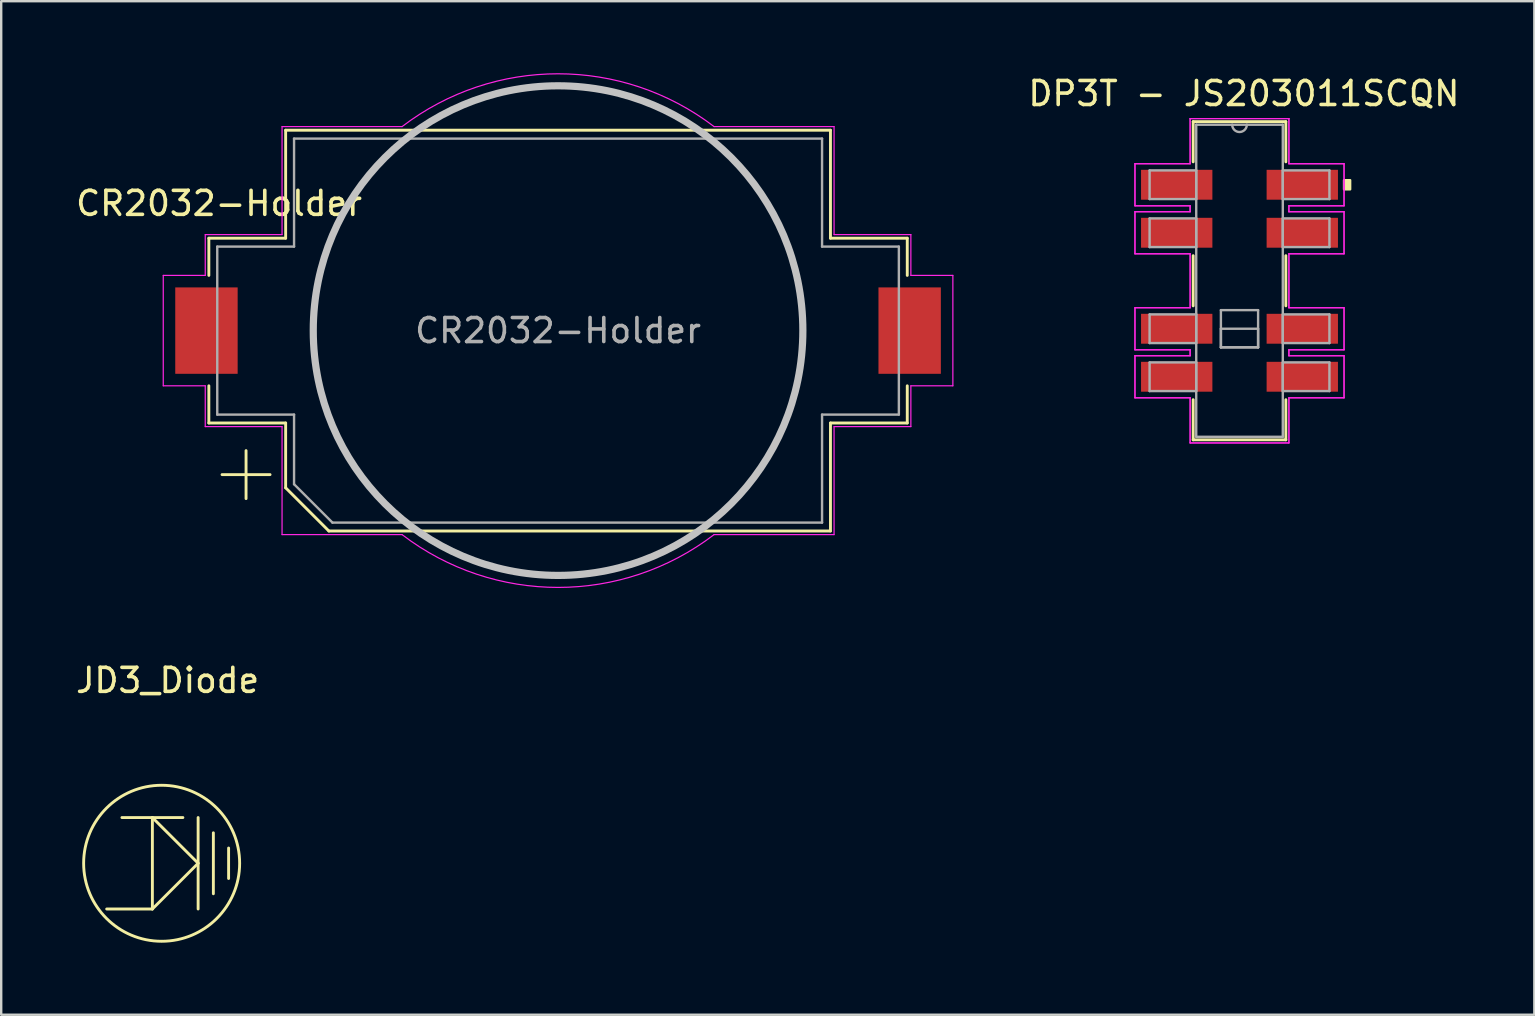
<source format=kicad_pcb>
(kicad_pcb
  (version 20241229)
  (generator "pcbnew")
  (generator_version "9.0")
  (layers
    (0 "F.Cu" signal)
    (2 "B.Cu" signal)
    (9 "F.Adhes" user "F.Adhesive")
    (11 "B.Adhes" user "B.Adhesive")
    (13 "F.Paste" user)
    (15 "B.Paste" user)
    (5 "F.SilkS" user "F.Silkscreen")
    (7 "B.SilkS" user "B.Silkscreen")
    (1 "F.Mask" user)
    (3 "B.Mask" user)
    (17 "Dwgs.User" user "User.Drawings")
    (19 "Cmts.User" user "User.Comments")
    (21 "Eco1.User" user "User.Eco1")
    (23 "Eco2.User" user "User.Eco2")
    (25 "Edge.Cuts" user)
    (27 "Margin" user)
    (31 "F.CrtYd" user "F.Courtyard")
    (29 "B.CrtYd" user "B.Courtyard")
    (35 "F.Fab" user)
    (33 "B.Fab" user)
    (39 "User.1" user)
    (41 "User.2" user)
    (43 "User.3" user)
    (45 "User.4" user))
  (footprint "DP3T - JS203011SCQN"
    (layer "F.Cu")
    (at 45.979 4.648)
    (property "Reference" "DP3T - JS203011SCQN" (at 2.8 -3.8 0) (layer "F.SilkS") (effects (font (size 1 1) (thickness 0.15))))
    (attr through_hole)
    (fp_line (start 0.686 -2.629) (end 0.686 -0.955) (stroke (width 0.12) (type solid)) (layer "F.SilkS"))
    (fp_line (start 0.686 2.955) (end 0.686 5.045) (stroke (width 0.12) (type solid)) (layer "F.SilkS"))
    (fp_line (start 0.686 8.955) (end 0.686 10.629) (stroke (width 0.12) (type solid)) (layer "F.SilkS"))
    (fp_line (start 0.686 10.629) (end 4.547 10.629) (stroke (width 0.12) (type solid)) (layer "F.SilkS"))
    (fp_line (start 4.547 -2.629) (end 0.686 -2.629) (stroke (width 0.12) (type solid)) (layer "F.SilkS"))
    (fp_line (start 4.547 -0.955) (end 4.547 -2.629) (stroke (width 0.12) (type solid)) (layer "F.SilkS"))
    (fp_line (start 4.547 5.045) (end 4.547 2.955) (stroke (width 0.12) (type solid)) (layer "F.SilkS"))
    (fp_line (start 4.547 10.629) (end 4.547 8.955) (stroke (width 0.12) (type solid)) (layer "F.SilkS"))
    (fp_poly (pts (xy 7.226 -0.191) (xy 7.226 0.191) (xy 6.972 0.191) (xy 6.972 -0.191)) (stroke (width 0.1) (type solid)) (fill yes) (layer "F.SilkS"))
    (fp_line (start -1.74 -0.876) (end -1.74 0.876) (stroke (width 0.05) (type solid)) (layer "F.CrtYd"))
    (fp_line (start -1.74 -0.876) (end -1.74 0.876) (stroke (width 0.05) (type solid)) (layer "F.CrtYd"))
    (fp_line (start -1.74 0.876) (end 0.559 0.876) (stroke (width 0.05) (type solid)) (layer "F.CrtYd"))
    (fp_line (start -1.74 0.876) (end 0.559 0.876) (stroke (width 0.05) (type solid)) (layer "F.CrtYd"))
    (fp_line (start -1.74 1.124) (end -1.74 2.876) (stroke (width 0.05) (type solid)) (layer "F.CrtYd"))
    (fp_line (start -1.74 1.124) (end -1.74 2.876) (stroke (width 0.05) (type solid)) (layer "F.CrtYd"))
    (fp_line (start -1.74 2.876) (end 0.559 2.876) (stroke (width 0.05) (type solid)) (layer "F.CrtYd"))
    (fp_line (start -1.74 2.876) (end 0.559 2.876) (stroke (width 0.05) (type solid)) (layer "F.CrtYd"))
    (fp_line (start -1.74 5.124) (end -1.74 6.876) (stroke (width 0.05) (type solid)) (layer "F.CrtYd"))
    (fp_line (start -1.74 5.124) (end -1.74 6.876) (stroke (width 0.05) (type solid)) (layer "F.CrtYd"))
    (fp_line (start -1.74 6.876) (end 0.559 6.876) (stroke (width 0.05) (type solid)) (layer "F.CrtYd"))
    (fp_line (start -1.74 6.876) (end 0.559 6.876) (stroke (width 0.05) (type solid)) (layer "F.CrtYd"))
    (fp_line (start -1.74 7.124) (end -1.74 8.876) (stroke (width 0.05) (type solid)) (layer "F.CrtYd"))
    (fp_line (start -1.74 7.124) (end -1.74 8.876) (stroke (width 0.05) (type solid)) (layer "F.CrtYd"))
    (fp_line (start -1.74 8.876) (end 0.559 8.876) (stroke (width 0.05) (type solid)) (layer "F.CrtYd"))
    (fp_line (start -1.74 8.876) (end 0.559 8.876) (stroke (width 0.05) (type solid)) (layer "F.CrtYd"))
    (fp_line (start 0.559 -2.756) (end 0.559 -0.876) (stroke (width 0.05) (type solid)) (layer "F.CrtYd"))
    (fp_line (start 0.559 -2.756) (end 0.559 -0.876) (stroke (width 0.05) (type solid)) (layer "F.CrtYd"))
    (fp_line (start 0.559 -0.876) (end -1.74 -0.876) (stroke (width 0.05) (type solid)) (layer "F.CrtYd"))
    (fp_line (start 0.559 -0.876) (end -1.74 -0.876) (stroke (width 0.05) (type solid)) (layer "F.CrtYd"))
    (fp_line (start 0.559 0.876) (end 0.559 1.124) (stroke (width 0.05) (type solid)) (layer "F.CrtYd"))
    (fp_line (start 0.559 0.876) (end 0.559 1.124) (stroke (width 0.05) (type solid)) (layer "F.CrtYd"))
    (fp_line (start 0.559 1.124) (end -1.74 1.124) (stroke (width 0.05) (type solid)) (layer "F.CrtYd"))
    (fp_line (start 0.559 1.124) (end -1.74 1.124) (stroke (width 0.05) (type solid)) (layer "F.CrtYd"))
    (fp_line (start 0.559 2.876) (end 0.559 5.124) (stroke (width 0.05) (type solid)) (layer "F.CrtYd"))
    (fp_line (start 0.559 2.876) (end 0.559 5.124) (stroke (width 0.05) (type solid)) (layer "F.CrtYd"))
    (fp_line (start 0.559 5.124) (end -1.74 5.124) (stroke (width 0.05) (type solid)) (layer "F.CrtYd"))
    (fp_line (start 0.559 5.124) (end -1.74 5.124) (stroke (width 0.05) (type solid)) (layer "F.CrtYd"))
    (fp_line (start 0.559 6.876) (end 0.559 7.124) (stroke (width 0.05) (type solid)) (layer "F.CrtYd"))
    (fp_line (start 0.559 6.876) (end 0.559 7.124) (stroke (width 0.05) (type solid)) (layer "F.CrtYd"))
    (fp_line (start 0.559 7.124) (end -1.74 7.124) (stroke (width 0.05) (type solid)) (layer "F.CrtYd"))
    (fp_line (start 0.559 7.124) (end -1.74 7.124) (stroke (width 0.05) (type solid)) (layer "F.CrtYd"))
    (fp_line (start 0.559 8.876) (end 0.559 10.756) (stroke (width 0.05) (type solid)) (layer "F.CrtYd"))
    (fp_line (start 0.559 8.876) (end 0.559 10.756) (stroke (width 0.05) (type solid)) (layer "F.CrtYd"))
    (fp_line (start 0.559 10.756) (end 4.674 10.756) (stroke (width 0.05) (type solid)) (layer "F.CrtYd"))
    (fp_line (start 0.559 10.756) (end 4.674 10.756) (stroke (width 0.05) (type solid)) (layer "F.CrtYd"))
    (fp_line (start 4.674 -2.756) (end 0.559 -2.756) (stroke (width 0.05) (type solid)) (layer "F.CrtYd"))
    (fp_line (start 4.674 -2.756) (end 0.559 -2.756) (stroke (width 0.05) (type solid)) (layer "F.CrtYd"))
    (fp_line (start 4.674 -0.876) (end 4.674 -2.756) (stroke (width 0.05) (type solid)) (layer "F.CrtYd"))
    (fp_line (start 4.674 -0.876) (end 4.674 -2.756) (stroke (width 0.05) (type solid)) (layer "F.CrtYd"))
    (fp_line (start 4.674 0.876) (end 6.972 0.876) (stroke (width 0.05) (type solid)) (layer "F.CrtYd"))
    (fp_line (start 4.674 0.876) (end 6.972 0.876) (stroke (width 0.05) (type solid)) (layer "F.CrtYd"))
    (fp_line (start 4.674 1.124) (end 4.674 0.876) (stroke (width 0.05) (type solid)) (layer "F.CrtYd"))
    (fp_line (start 4.674 1.124) (end 4.674 0.876) (stroke (width 0.05) (type solid)) (layer "F.CrtYd"))
    (fp_line (start 4.674 2.876) (end 6.972 2.876) (stroke (width 0.05) (type solid)) (layer "F.CrtYd"))
    (fp_line (start 4.674 2.876) (end 6.972 2.876) (stroke (width 0.05) (type solid)) (layer "F.CrtYd"))
    (fp_line (start 4.674 5.124) (end 4.674 2.876) (stroke (width 0.05) (type solid)) (layer "F.CrtYd"))
    (fp_line (start 4.674 5.124) (end 4.674 2.876) (stroke (width 0.05) (type solid)) (layer "F.CrtYd"))
    (fp_line (start 4.674 6.876) (end 6.972 6.876) (stroke (width 0.05) (type solid)) (layer "F.CrtYd"))
    (fp_line (start 4.674 6.876) (end 6.972 6.876) (stroke (width 0.05) (type solid)) (layer "F.CrtYd"))
    (fp_line (start 4.674 7.124) (end 4.674 6.876) (stroke (width 0.05) (type solid)) (layer "F.CrtYd"))
    (fp_line (start 4.674 7.124) (end 4.674 6.876) (stroke (width 0.05) (type solid)) (layer "F.CrtYd"))
    (fp_line (start 4.674 8.876) (end 6.972 8.876) (stroke (width 0.05) (type solid)) (layer "F.CrtYd"))
    (fp_line (start 4.674 8.876) (end 6.972 8.876) (stroke (width 0.05) (type solid)) (layer "F.CrtYd"))
    (fp_line (start 4.674 10.756) (end 4.674 8.876) (stroke (width 0.05) (type solid)) (layer "F.CrtYd"))
    (fp_line (start 4.674 10.756) (end 4.674 8.876) (stroke (width 0.05) (type solid)) (layer "F.CrtYd"))
    (fp_line (start 6.972 -0.876) (end 4.674 -0.876) (stroke (width 0.05) (type solid)) (layer "F.CrtYd"))
    (fp_line (start 6.972 -0.876) (end 4.674 -0.876) (stroke (width 0.05) (type solid)) (layer "F.CrtYd"))
    (fp_line (start 6.972 0.876) (end 6.972 -0.876) (stroke (width 0.05) (type solid)) (layer "F.CrtYd"))
    (fp_line (start 6.972 0.876) (end 6.972 -0.876) (stroke (width 0.05) (type solid)) (layer "F.CrtYd"))
    (fp_line (start 6.972 1.124) (end 4.674 1.124) (stroke (width 0.05) (type solid)) (layer "F.CrtYd"))
    (fp_line (start 6.972 1.124) (end 4.674 1.124) (stroke (width 0.05) (type solid)) (layer "F.CrtYd"))
    (fp_line (start 6.972 2.876) (end 6.972 1.124) (stroke (width 0.05) (type solid)) (layer "F.CrtYd"))
    (fp_line (start 6.972 2.876) (end 6.972 1.124) (stroke (width 0.05) (type solid)) (layer "F.CrtYd"))
    (fp_line (start 6.972 5.124) (end 4.674 5.124) (stroke (width 0.05) (type solid)) (layer "F.CrtYd"))
    (fp_line (start 6.972 5.124) (end 4.674 5.124) (stroke (width 0.05) (type solid)) (layer "F.CrtYd"))
    (fp_line (start 6.972 6.876) (end 6.972 5.124) (stroke (width 0.05) (type solid)) (layer "F.CrtYd"))
    (fp_line (start 6.972 6.876) (end 6.972 5.124) (stroke (width 0.05) (type solid)) (layer "F.CrtYd"))
    (fp_line (start 6.972 7.124) (end 4.674 7.124) (stroke (width 0.05) (type solid)) (layer "F.CrtYd"))
    (fp_line (start 6.972 7.124) (end 4.674 7.124) (stroke (width 0.05) (type solid)) (layer "F.CrtYd"))
    (fp_line (start 6.972 8.876) (end 6.972 7.124) (stroke (width 0.05) (type solid)) (layer "F.CrtYd"))
    (fp_line (start 6.972 8.876) (end 6.972 7.124) (stroke (width 0.05) (type solid)) (layer "F.CrtYd"))
    (fp_line (start -1.13 -0.597) (end -1.13 0.597) (stroke (width 0.1) (type solid)) (layer "F.Fab"))
    (fp_line (start -1.13 0.597) (end 0.813 0.597) (stroke (width 0.1) (type solid)) (layer "F.Fab"))
    (fp_line (start -1.13 1.403) (end -1.13 2.597) (stroke (width 0.1) (type solid)) (layer "F.Fab"))
    (fp_line (start -1.13 2.597) (end 0.813 2.597) (stroke (width 0.1) (type solid)) (layer "F.Fab"))
    (fp_line (start -1.13 5.403) (end -1.13 6.597) (stroke (width 0.1) (type solid)) (layer "F.Fab"))
    (fp_line (start -1.13 6.597) (end 0.813 6.597) (stroke (width 0.1) (type solid)) (layer "F.Fab"))
    (fp_line (start -1.13 7.403) (end -1.13 8.597) (stroke (width 0.1) (type solid)) (layer "F.Fab"))
    (fp_line (start -1.13 8.597) (end 0.813 8.597) (stroke (width 0.1) (type solid)) (layer "F.Fab"))
    (fp_line (start 0.813 -2.502) (end 0.813 10.502) (stroke (width 0.1) (type solid)) (layer "F.Fab"))
    (fp_line (start 0.813 -0.597) (end -1.13 -0.597) (stroke (width 0.1) (type solid)) (layer "F.Fab"))
    (fp_line (start 0.813 0.597) (end 0.813 -0.597) (stroke (width 0.1) (type solid)) (layer "F.Fab"))
    (fp_line (start 0.813 1.403) (end -1.13 1.403) (stroke (width 0.1) (type solid)) (layer "F.Fab"))
    (fp_line (start 0.813 2.597) (end 0.813 1.403) (stroke (width 0.1) (type solid)) (layer "F.Fab"))
    (fp_line (start 0.813 5.403) (end -1.13 5.403) (stroke (width 0.1) (type solid)) (layer "F.Fab"))
    (fp_line (start 0.813 6.597) (end 0.813 5.403) (stroke (width 0.1) (type solid)) (layer "F.Fab"))
    (fp_line (start 0.813 7.403) (end -1.13 7.403) (stroke (width 0.1) (type solid)) (layer "F.Fab"))
    (fp_line (start 0.813 8.597) (end 0.813 7.403) (stroke (width 0.1) (type solid)) (layer "F.Fab"))
    (fp_line (start 0.813 10.502) (end 4.42 10.502) (stroke (width 0.1) (type solid)) (layer "F.Fab"))
    (fp_line (start 1.841 5.225) (end 3.391 5.225) (stroke (width 0.1) (type solid)) (layer "F.Fab"))
    (fp_line (start 1.841 6) (end 3.391 6) (stroke (width 0.1) (type solid)) (layer "F.Fab"))
    (fp_line (start 1.841 6.775) (end 1.841 5.225) (stroke (width 0.1) (type solid)) (layer "F.Fab"))
    (fp_line (start 1.841 6.775) (end 1.841 6) (stroke (width 0.1) (type solid)) (layer "F.Fab"))
    (fp_line (start 3.391 5.225) (end 3.391 6.775) (stroke (width 0.1) (type solid)) (layer "F.Fab"))
    (fp_line (start 3.391 6) (end 3.391 6.775) (stroke (width 0.1) (type solid)) (layer "F.Fab"))
    (fp_line (start 3.391 6.775) (end 1.841 6.775) (stroke (width 0.1) (type solid)) (layer "F.Fab"))
    (fp_line (start 3.391 6.775) (end 1.841 6.775) (stroke (width 0.1) (type solid)) (layer "F.Fab"))
    (fp_line (start 4.42 -2.502) (end 0.813 -2.502) (stroke (width 0.1) (type solid)) (layer "F.Fab"))
    (fp_line (start 4.42 -0.597) (end 4.42 0.597) (stroke (width 0.1) (type solid)) (layer "F.Fab"))
    (fp_line (start 4.42 0.597) (end 6.363 0.597) (stroke (width 0.1) (type solid)) (layer "F.Fab"))
    (fp_line (start 4.42 1.403) (end 4.42 2.597) (stroke (width 0.1) (type solid)) (layer "F.Fab"))
    (fp_line (start 4.42 2.597) (end 6.363 2.597) (stroke (width 0.1) (type solid)) (layer "F.Fab"))
    (fp_line (start 4.42 5.403) (end 4.42 6.597) (stroke (width 0.1) (type solid)) (layer "F.Fab"))
    (fp_line (start 4.42 6.597) (end 6.363 6.597) (stroke (width 0.1) (type solid)) (layer "F.Fab"))
    (fp_line (start 4.42 7.403) (end 4.42 8.597) (stroke (width 0.1) (type solid)) (layer "F.Fab"))
    (fp_line (start 4.42 8.597) (end 6.363 8.597) (stroke (width 0.1) (type solid)) (layer "F.Fab"))
    (fp_line (start 4.42 10.502) (end 4.42 -2.502) (stroke (width 0.1) (type solid)) (layer "F.Fab"))
    (fp_line (start 6.363 -0.597) (end 4.42 -0.597) (stroke (width 0.1) (type solid)) (layer "F.Fab"))
    (fp_line (start 6.363 0.597) (end 6.363 -0.597) (stroke (width 0.1) (type solid)) (layer "F.Fab"))
    (fp_line (start 6.363 1.403) (end 4.42 1.403) (stroke (width 0.1) (type solid)) (layer "F.Fab"))
    (fp_line (start 6.363 2.597) (end 6.363 1.403) (stroke (width 0.1) (type solid)) (layer "F.Fab"))
    (fp_line (start 6.363 5.403) (end 4.42 5.403) (stroke (width 0.1) (type solid)) (layer "F.Fab"))
    (fp_line (start 6.363 6.597) (end 6.363 5.403) (stroke (width 0.1) (type solid)) (layer "F.Fab"))
    (fp_line (start 6.363 7.403) (end 4.42 7.403) (stroke (width 0.1) (type solid)) (layer "F.Fab"))
    (fp_line (start 6.363 8.597) (end 6.363 7.403) (stroke (width 0.1) (type solid)) (layer "F.Fab"))
    (fp_arc (start 2.921 -2.5024) (mid 2.6162 -2.1976) (end 2.3114 -2.5024) (stroke (width 0.1) (type solid)) (layer "F.Fab"))
    (pad "1" smd rect (at 0 0) (size 2.972 1.245) (layers "F.Cu" "F.Mask" "F.Paste"))
    (pad "2" smd rect (at 0 2) (size 2.972 1.245) (layers "F.Cu" "F.Mask" "F.Paste"))
    (pad "3" smd rect (at 0 6) (size 2.972 1.245) (layers "F.Cu" "F.Mask" "F.Paste"))
    (pad "4" smd rect (at 0 8) (size 2.972 1.245) (layers "F.Cu" "F.Mask" "F.Paste"))
    (pad "5" smd rect (at 5.232 0) (size 2.972 1.245) (layers "F.Cu" "F.Mask" "F.Paste"))
    (pad "6" smd rect (at 5.232 2) (size 2.972 1.245) (layers "F.Cu" "F.Mask" "F.Paste"))
    (pad "7" smd rect (at 5.232 6) (size 2.972 1.245) (layers "F.Cu" "F.Mask" "F.Paste"))
    (pad "8" smd rect (at 5.232 8) (size 2.972 1.245) (layers "F.Cu" "F.Mask" "F.Paste")))
  (footprint "JD3_Diode"
    (layer "F.Cu")
    (at 3.935 32.919)
    (property "Reference" "JD3_Diode" (at 0 -7.62 0) (unlocked yes) (layer "F.SilkS") (effects (font (size 1 1) (thickness 0.15))))
    (attr exclude_from_bom)
    (fp_line (start -0.636 -1.905) (end -0.636 1.905) (stroke (width 0.12) (type solid)) (layer "F.SilkS"))
    (fp_line (start -0.636 -1.905) (end 1.27 0) (stroke (width 0.12) (type solid)) (layer "F.SilkS"))
    (fp_line (start -0.635 1.905) (end -2.54 1.905) (stroke (width 0.12) (type solid)) (layer "F.SilkS"))
    (fp_line (start 0.635 -1.905) (end -1.905 -1.905) (stroke (width 0.12) (type solid)) (layer "F.SilkS"))
    (fp_line (start 1.27 -1.905) (end 1.27 1.905) (stroke (width 0.12) (type solid)) (layer "F.SilkS"))
    (fp_line (start 1.27 0) (end -0.636 1.905) (stroke (width 0.12) (type solid)) (layer "F.SilkS"))
    (fp_line (start 1.905 -1.27) (end 1.905 1.27) (stroke (width 0.12) (type solid)) (layer "F.SilkS"))
    (fp_line (start 2.54 -0.635) (end 2.54 0.635) (stroke (width 0.12) (type solid)) (layer "F.SilkS"))
    (fp_circle (center -0.25 0) (end 2.75 1.25) (stroke (width 0.12) (type solid)) (fill no) (layer "F.SilkS")))
  (footprint "CR2032-Holder"
    (layer "F.Cu")
    (at 20.202 10.725)
    (property "Reference" "CR2032-Holder" (at -14.125 -5.3 0) (layer "F.SilkS") (effects (font (size 1 1) (thickness 0.15))))
    (attr smd)
    (fp_line (start -14.55 -3.85) (end -14.55 -2.3) (stroke (width 0.12) (type solid)) (layer "F.SilkS"))
    (fp_line (start -14.55 3.85) (end -14.55 2.3) (stroke (width 0.12) (type solid)) (layer "F.SilkS"))
    (fp_line (start -13 5) (end -13 7) (stroke (width 0.12) (type solid)) (layer "F.SilkS"))
    (fp_line (start -12 6) (end -14 6) (stroke (width 0.12) (type solid)) (layer "F.SilkS"))
    (fp_line (start -11.35 -8.35) (end -11.35 -3.85) (stroke (width 0.12) (type solid)) (layer "F.SilkS"))
    (fp_line (start -11.35 -8.35) (end 11.35 -8.35) (stroke (width 0.12) (type solid)) (layer "F.SilkS"))
    (fp_line (start -11.35 -3.85) (end -14.55 -3.85) (stroke (width 0.12) (type solid)) (layer "F.SilkS"))
    (fp_line (start -11.35 3.85) (end -14.55 3.85) (stroke (width 0.12) (type solid)) (layer "F.SilkS"))
    (fp_line (start -11.35 6.55) (end -11.35 3.85) (stroke (width 0.12) (type solid)) (layer "F.SilkS"))
    (fp_line (start -9.55 8.35) (end -11.35 6.55) (stroke (width 0.12) (type solid)) (layer "F.SilkS"))
    (fp_line (start 11.35 -8.35) (end 11.35 -3.85) (stroke (width 0.12) (type solid)) (layer "F.SilkS"))
    (fp_line (start 11.35 -3.85) (end 14.55 -3.85) (stroke (width 0.12) (type solid)) (layer "F.SilkS"))
    (fp_line (start 11.35 3.85) (end 14.55 3.85) (stroke (width 0.12) (type solid)) (layer "F.SilkS"))
    (fp_line (start 11.35 8.35) (end -9.55 8.35) (stroke (width 0.12) (type solid)) (layer "F.SilkS"))
    (fp_line (start 11.35 8.35) (end 11.35 3.85) (stroke (width 0.12) (type solid)) (layer "F.SilkS"))
    (fp_line (start 14.55 -3.85) (end 14.55 -2.3) (stroke (width 0.12) (type solid)) (layer "F.SilkS"))
    (fp_line (start 14.55 3.85) (end 14.55 2.3) (stroke (width 0.12) (type solid)) (layer "F.SilkS"))
    (fp_circle (center 0 0) (end -10.2 0) (stroke (width 0.3) (type solid)) (fill no) (layer "Dwgs.User"))
    (fp_line (start -16.45 2.3) (end -16.45 -2.3) (stroke (width 0.05) (type solid)) (layer "F.CrtYd"))
    (fp_line (start -14.7 -4) (end -11.5 -4) (stroke (width 0.05) (type solid)) (layer "F.CrtYd"))
    (fp_line (start -14.7 -2.3) (end -16.45 -2.3) (stroke (width 0.05) (type solid)) (layer "F.CrtYd"))
    (fp_line (start -14.7 -2.3) (end -14.7 -4) (stroke (width 0.05) (type solid)) (layer "F.CrtYd"))
    (fp_line (start -14.7 2.3) (end -16.45 2.3) (stroke (width 0.05) (type solid)) (layer "F.CrtYd"))
    (fp_line (start -14.7 4) (end -14.7 2.3) (stroke (width 0.05) (type solid)) (layer "F.CrtYd"))
    (fp_line (start -14.7 4) (end -11.5 4) (stroke (width 0.05) (type solid)) (layer "F.CrtYd"))
    (fp_line (start -11.5 -8.5) (end -6.5 -8.5) (stroke (width 0.05) (type solid)) (layer "F.CrtYd"))
    (fp_line (start -11.5 -4) (end -11.5 -8.5) (stroke (width 0.05) (type solid)) (layer "F.CrtYd"))
    (fp_line (start -11.5 4) (end -11.5 8.5) (stroke (width 0.05) (type solid)) (layer "F.CrtYd"))
    (fp_line (start -6.5 8.5) (end -11.5 8.5) (stroke (width 0.05) (type solid)) (layer "F.CrtYd"))
    (fp_line (start 11.5 -8.5) (end 6.5 -8.5) (stroke (width 0.05) (type solid)) (layer "F.CrtYd"))
    (fp_line (start 11.5 -8.5) (end 11.5 -4) (stroke (width 0.05) (type solid)) (layer "F.CrtYd"))
    (fp_line (start 11.5 -4) (end 14.7 -4) (stroke (width 0.05) (type solid)) (layer "F.CrtYd"))
    (fp_line (start 11.5 4) (end 11.5 8.5) (stroke (width 0.05) (type solid)) (layer "F.CrtYd"))
    (fp_line (start 11.5 8.5) (end 6.5 8.5) (stroke (width 0.05) (type solid)) (layer "F.CrtYd"))
    (fp_line (start 14.7 -4) (end 14.7 -2.3) (stroke (width 0.05) (type solid)) (layer "F.CrtYd"))
    (fp_line (start 14.7 -2.3) (end 16.45 -2.3) (stroke (width 0.05) (type solid)) (layer "F.CrtYd"))
    (fp_line (start 14.7 2.3) (end 14.7 4) (stroke (width 0.05) (type solid)) (layer "F.CrtYd"))
    (fp_line (start 14.7 4) (end 11.5 4) (stroke (width 0.05) (type solid)) (layer "F.CrtYd"))
    (fp_line (start 16.45 -2.3) (end 16.45 2.3) (stroke (width 0.05) (type solid)) (layer "F.CrtYd"))
    (fp_line (start 16.45 2.3) (end 14.7 2.3) (stroke (width 0.05) (type solid)) (layer "F.CrtYd"))
    (fp_arc (start -6.499999 -8.5) (mid 0 -10.700467) (end 6.5 -8.5) (stroke (width 0.05) (type solid)) (layer "F.CrtYd"))
    (fp_arc (start 6.499999 8.5) (mid 0 10.700467) (end -6.5 8.5) (stroke (width 0.05) (type solid)) (layer "F.CrtYd"))
    (fp_line (start -14.2 -3.5) (end -11 -3.5) (stroke (width 0.1) (type solid)) (layer "F.Fab"))
    (fp_line (start -14.2 3.5) (end -14.2 -3.5) (stroke (width 0.1) (type solid)) (layer "F.Fab"))
    (fp_line (start -11 -8) (end -11 -3.5) (stroke (width 0.1) (type solid)) (layer "F.Fab"))
    (fp_line (start -11 3.5) (end -14.2 3.5) (stroke (width 0.1) (type solid)) (layer "F.Fab"))
    (fp_line (start -11 6.4) (end -11 3.5) (stroke (width 0.1) (type solid)) (layer "F.Fab"))
    (fp_line (start -9.4 8) (end -11 6.4) (stroke (width 0.1) (type solid)) (layer "F.Fab"))
    (fp_line (start 11 -8) (end -11 -8) (stroke (width 0.1) (type solid)) (layer "F.Fab"))
    (fp_line (start 11 -8) (end 11 -3.5) (stroke (width 0.1) (type solid)) (layer "F.Fab"))
    (fp_line (start 11 3.5) (end 14.2 3.5) (stroke (width 0.1) (type solid)) (layer "F.Fab"))
    (fp_line (start 11 8) (end -9.4 8) (stroke (width 0.1) (type solid)) (layer "F.Fab"))
    (fp_line (start 11 8) (end 11 3.5) (stroke (width 0.1) (type solid)) (layer "F.Fab"))
    (fp_line (start 14.2 -3.5) (end 11 -3.5) (stroke (width 0.1) (type solid)) (layer "F.Fab"))
    (fp_line (start 14.2 3.5) (end 14.2 -3.5) (stroke (width 0.1) (type solid)) (layer "F.Fab"))
    (fp_text user "${REFERENCE}" (at 0 0 0) (layer "F.Fab") (effects (font (size 1 1) (thickness 0.15))))
    (pad "1" smd rect (at -14.65 0 180) (size 2.6 3.6) (layers "F.Cu" "F.Mask" "F.Paste"))
    (pad "2" smd rect (at 14.65 0 180) (size 2.6 3.6) (layers "F.Cu" "F.Mask" "F.Paste")))
  (gr_rect
    (start -3 -3)
    (end 60.88 39.229)
    (stroke (width 0.1) (type default))
    (fill no)
    (layer "Edge.Cuts")))
</source>
